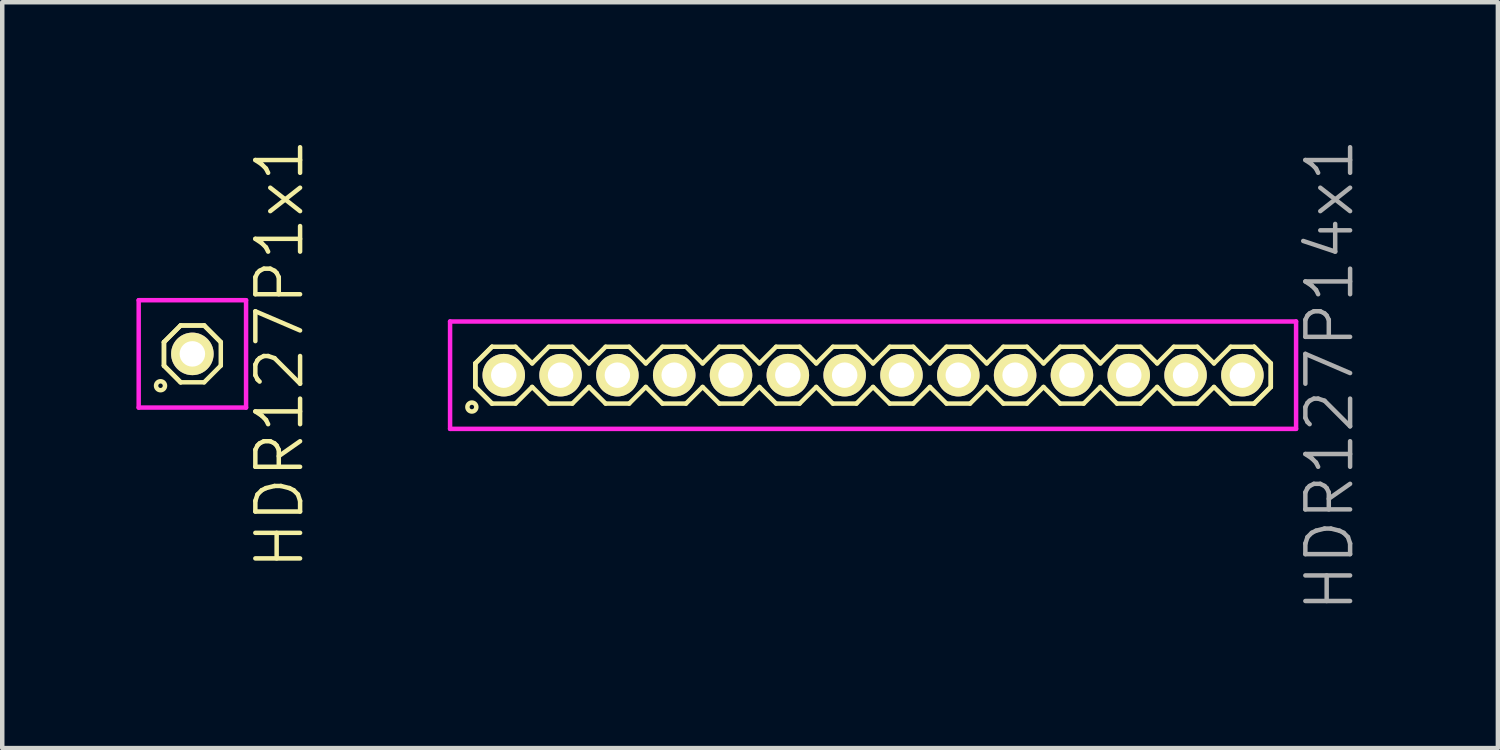
<source format=kicad_pcb>
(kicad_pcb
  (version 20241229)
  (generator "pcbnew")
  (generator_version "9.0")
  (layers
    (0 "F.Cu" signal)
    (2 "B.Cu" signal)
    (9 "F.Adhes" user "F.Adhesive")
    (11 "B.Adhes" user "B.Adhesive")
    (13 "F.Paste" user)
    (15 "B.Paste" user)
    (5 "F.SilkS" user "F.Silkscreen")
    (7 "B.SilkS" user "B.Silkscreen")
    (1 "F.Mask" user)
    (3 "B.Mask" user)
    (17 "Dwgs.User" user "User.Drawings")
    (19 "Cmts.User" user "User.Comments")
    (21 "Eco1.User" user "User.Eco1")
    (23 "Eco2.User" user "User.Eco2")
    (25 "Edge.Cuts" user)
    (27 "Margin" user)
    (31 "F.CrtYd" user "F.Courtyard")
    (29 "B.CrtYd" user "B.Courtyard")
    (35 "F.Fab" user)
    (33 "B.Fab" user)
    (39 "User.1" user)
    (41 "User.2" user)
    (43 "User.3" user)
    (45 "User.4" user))
  (footprint "HDR127P1x1"
    (layer "F.Cu")
    (at 1.25 4.86)
    (property "Reference" "HDR127P1x1" (at 1.95 0 90) (layer "F.SilkS") (effects (font (size 1 1) (thickness 0.1))))
    (attr through_hole)
    (fp_line (start -0.635 -0.263) (end -0.263 -0.635) (stroke (width 0.1) (type solid)) (layer "F.SilkS"))
    (fp_line (start -0.635 -0.263) (end -0.263 -0.635) (stroke (width 0.1) (type solid)) (layer "F.SilkS"))
    (fp_line (start -0.635 0.263) (end -0.635 -0.263) (stroke (width 0.1) (type solid)) (layer "F.SilkS"))
    (fp_line (start -0.635 0.263) (end -0.635 -0.263) (stroke (width 0.1) (type solid)) (layer "F.SilkS"))
    (fp_line (start -0.263 -0.635) (end 0.263 -0.635) (stroke (width 0.1) (type solid)) (layer "F.SilkS"))
    (fp_line (start -0.263 -0.635) (end 0.263 -0.635) (stroke (width 0.1) (type solid)) (layer "F.SilkS"))
    (fp_line (start -0.263 0.635) (end -0.635 0.263) (stroke (width 0.1) (type solid)) (layer "F.SilkS"))
    (fp_line (start -0.263 0.635) (end -0.635 0.263) (stroke (width 0.1) (type solid)) (layer "F.SilkS"))
    (fp_line (start 0.263 -0.635) (end 0.635 -0.263) (stroke (width 0.1) (type solid)) (layer "F.SilkS"))
    (fp_line (start 0.263 -0.635) (end 0.635 -0.263) (stroke (width 0.1) (type solid)) (layer "F.SilkS"))
    (fp_line (start 0.263 0.635) (end -0.263 0.635) (stroke (width 0.1) (type solid)) (layer "F.SilkS"))
    (fp_line (start 0.635 -0.263) (end 0.635 0.263) (stroke (width 0.1) (type solid)) (layer "F.SilkS"))
    (fp_line (start 0.635 0.263) (end 0.263 0.635) (stroke (width 0.1) (type solid)) (layer "F.SilkS"))
    (fp_circle (center -0.712 0.712) (end -0.612 0.712) (stroke (width 0.1) (type solid)) (fill no) (layer "F.SilkS"))
    (fp_line (start -1.2 -1.2) (end -1.2 1.2) (stroke (width 0.1) (type solid)) (layer "F.CrtYd"))
    (fp_line (start -1.2 1.2) (end 1.2 1.2) (stroke (width 0.1) (type solid)) (layer "F.CrtYd"))
    (fp_line (start 1.2 -1.2) (end -1.2 -1.2) (stroke (width 0.1) (type solid)) (layer "F.CrtYd"))
    (fp_line (start 1.2 1.2) (end 1.2 -1.2) (stroke (width 0.1) (type solid)) (layer "F.CrtYd"))
    (pad "1" thru_hole oval (at 0 0) (size 0.95 0.95) (drill 0.57) (layers "*.Cu" "*.Mask" "F.SilkS")))
  (footprint "HDR127P14x1"
    (layer "F.Cu")
    (at 16.465 5.336)
    (property "Reference" "HDR127P14x1" (at 10.205 0 90) (layer "F.Fab") (effects (font (size 1 1) (thickness 0.1))))
    (attr through_hole)
    (fp_line (start -8.89 -0.263) (end -8.518 -0.635) (stroke (width 0.1) (type solid)) (layer "F.SilkS"))
    (fp_line (start -8.89 -0.263) (end -8.518 -0.635) (stroke (width 0.1) (type solid)) (layer "F.SilkS"))
    (fp_line (start -8.89 0.263) (end -8.89 -0.263) (stroke (width 0.1) (type solid)) (layer "F.SilkS"))
    (fp_line (start -8.89 0.263) (end -8.89 -0.263) (stroke (width 0.1) (type solid)) (layer "F.SilkS"))
    (fp_line (start -8.518 -0.635) (end -7.992 -0.635) (stroke (width 0.1) (type solid)) (layer "F.SilkS"))
    (fp_line (start -8.518 0.635) (end -8.89 0.263) (stroke (width 0.1) (type solid)) (layer "F.SilkS"))
    (fp_line (start -8.518 0.635) (end -8.89 0.263) (stroke (width 0.1) (type solid)) (layer "F.SilkS"))
    (fp_line (start -7.992 -0.635) (end -7.62 -0.263) (stroke (width 0.1) (type solid)) (layer "F.SilkS"))
    (fp_line (start -7.992 0.635) (end -8.518 0.635) (stroke (width 0.1) (type solid)) (layer "F.SilkS"))
    (fp_line (start -7.62 -0.263) (end -7.248 -0.635) (stroke (width 0.1) (type solid)) (layer "F.SilkS"))
    (fp_line (start -7.62 0.263) (end -7.992 0.635) (stroke (width 0.1) (type solid)) (layer "F.SilkS"))
    (fp_line (start -7.248 -0.635) (end -6.722 -0.635) (stroke (width 0.1) (type solid)) (layer "F.SilkS"))
    (fp_line (start -7.248 0.635) (end -7.62 0.263) (stroke (width 0.1) (type solid)) (layer "F.SilkS"))
    (fp_line (start -6.722 -0.635) (end -6.35 -0.263) (stroke (width 0.1) (type solid)) (layer "F.SilkS"))
    (fp_line (start -6.722 0.635) (end -7.248 0.635) (stroke (width 0.1) (type solid)) (layer "F.SilkS"))
    (fp_line (start -6.35 -0.263) (end -5.978 -0.635) (stroke (width 0.1) (type solid)) (layer "F.SilkS"))
    (fp_line (start -6.35 0.263) (end -6.722 0.635) (stroke (width 0.1) (type solid)) (layer "F.SilkS"))
    (fp_line (start -5.978 -0.635) (end -5.452 -0.635) (stroke (width 0.1) (type solid)) (layer "F.SilkS"))
    (fp_line (start -5.978 0.635) (end -6.35 0.263) (stroke (width 0.1) (type solid)) (layer "F.SilkS"))
    (fp_line (start -5.452 -0.635) (end -5.08 -0.263) (stroke (width 0.1) (type solid)) (layer "F.SilkS"))
    (fp_line (start -5.452 0.635) (end -5.978 0.635) (stroke (width 0.1) (type solid)) (layer "F.SilkS"))
    (fp_line (start -5.08 -0.263) (end -4.708 -0.635) (stroke (width 0.1) (type solid)) (layer "F.SilkS"))
    (fp_line (start -5.08 0.263) (end -5.452 0.635) (stroke (width 0.1) (type solid)) (layer "F.SilkS"))
    (fp_line (start -4.708 -0.635) (end -4.182 -0.635) (stroke (width 0.1) (type solid)) (layer "F.SilkS"))
    (fp_line (start -4.708 0.635) (end -5.08 0.263) (stroke (width 0.1) (type solid)) (layer "F.SilkS"))
    (fp_line (start -4.182 -0.635) (end -3.81 -0.263) (stroke (width 0.1) (type solid)) (layer "F.SilkS"))
    (fp_line (start -4.182 0.635) (end -4.708 0.635) (stroke (width 0.1) (type solid)) (layer "F.SilkS"))
    (fp_line (start -3.81 -0.263) (end -3.438 -0.635) (stroke (width 0.1) (type solid)) (layer "F.SilkS"))
    (fp_line (start -3.81 0.263) (end -4.182 0.635) (stroke (width 0.1) (type solid)) (layer "F.SilkS"))
    (fp_line (start -3.438 -0.635) (end -2.912 -0.635) (stroke (width 0.1) (type solid)) (layer "F.SilkS"))
    (fp_line (start -3.438 0.635) (end -3.81 0.263) (stroke (width 0.1) (type solid)) (layer "F.SilkS"))
    (fp_line (start -2.912 -0.635) (end -2.54 -0.263) (stroke (width 0.1) (type solid)) (layer "F.SilkS"))
    (fp_line (start -2.912 0.635) (end -3.438 0.635) (stroke (width 0.1) (type solid)) (layer "F.SilkS"))
    (fp_line (start -2.54 -0.263) (end -2.168 -0.635) (stroke (width 0.1) (type solid)) (layer "F.SilkS"))
    (fp_line (start -2.54 0.263) (end -2.912 0.635) (stroke (width 0.1) (type solid)) (layer "F.SilkS"))
    (fp_line (start -2.168 -0.635) (end -1.642 -0.635) (stroke (width 0.1) (type solid)) (layer "F.SilkS"))
    (fp_line (start -2.168 0.635) (end -2.54 0.263) (stroke (width 0.1) (type solid)) (layer "F.SilkS"))
    (fp_line (start -1.642 -0.635) (end -1.27 -0.263) (stroke (width 0.1) (type solid)) (layer "F.SilkS"))
    (fp_line (start -1.642 0.635) (end -2.168 0.635) (stroke (width 0.1) (type solid)) (layer "F.SilkS"))
    (fp_line (start -1.27 -0.263) (end -0.898 -0.635) (stroke (width 0.1) (type solid)) (layer "F.SilkS"))
    (fp_line (start -1.27 0.263) (end -1.642 0.635) (stroke (width 0.1) (type solid)) (layer "F.SilkS"))
    (fp_line (start -0.898 -0.635) (end -0.372 -0.635) (stroke (width 0.1) (type solid)) (layer "F.SilkS"))
    (fp_line (start -0.898 0.635) (end -1.27 0.263) (stroke (width 0.1) (type solid)) (layer "F.SilkS"))
    (fp_line (start -0.372 -0.635) (end 0 -0.263) (stroke (width 0.1) (type solid)) (layer "F.SilkS"))
    (fp_line (start -0.372 0.635) (end -0.898 0.635) (stroke (width 0.1) (type solid)) (layer "F.SilkS"))
    (fp_line (start 0 -0.263) (end 0.372 -0.635) (stroke (width 0.1) (type solid)) (layer "F.SilkS"))
    (fp_line (start 0 0.263) (end -0.372 0.635) (stroke (width 0.1) (type solid)) (layer "F.SilkS"))
    (fp_line (start 0.372 -0.635) (end 0.898 -0.635) (stroke (width 0.1) (type solid)) (layer "F.SilkS"))
    (fp_line (start 0.372 0.635) (end 0 0.263) (stroke (width 0.1) (type solid)) (layer "F.SilkS"))
    (fp_line (start 0.898 -0.635) (end 1.27 -0.263) (stroke (width 0.1) (type solid)) (layer "F.SilkS"))
    (fp_line (start 0.898 0.635) (end 0.372 0.635) (stroke (width 0.1) (type solid)) (layer "F.SilkS"))
    (fp_line (start 1.27 -0.263) (end 1.642 -0.635) (stroke (width 0.1) (type solid)) (layer "F.SilkS"))
    (fp_line (start 1.27 0.263) (end 0.898 0.635) (stroke (width 0.1) (type solid)) (layer "F.SilkS"))
    (fp_line (start 1.642 -0.635) (end 2.168 -0.635) (stroke (width 0.1) (type solid)) (layer "F.SilkS"))
    (fp_line (start 1.642 0.635) (end 1.27 0.263) (stroke (width 0.1) (type solid)) (layer "F.SilkS"))
    (fp_line (start 2.168 -0.635) (end 2.54 -0.263) (stroke (width 0.1) (type solid)) (layer "F.SilkS"))
    (fp_line (start 2.168 0.635) (end 1.642 0.635) (stroke (width 0.1) (type solid)) (layer "F.SilkS"))
    (fp_line (start 2.54 -0.263) (end 2.912 -0.635) (stroke (width 0.1) (type solid)) (layer "F.SilkS"))
    (fp_line (start 2.54 0.263) (end 2.168 0.635) (stroke (width 0.1) (type solid)) (layer "F.SilkS"))
    (fp_line (start 2.912 -0.635) (end 3.438 -0.635) (stroke (width 0.1) (type solid)) (layer "F.SilkS"))
    (fp_line (start 2.912 0.635) (end 2.54 0.263) (stroke (width 0.1) (type solid)) (layer "F.SilkS"))
    (fp_line (start 3.438 -0.635) (end 3.81 -0.263) (stroke (width 0.1) (type solid)) (layer "F.SilkS"))
    (fp_line (start 3.438 0.635) (end 2.912 0.635) (stroke (width 0.1) (type solid)) (layer "F.SilkS"))
    (fp_line (start 3.81 -0.263) (end 4.182 -0.635) (stroke (width 0.1) (type solid)) (layer "F.SilkS"))
    (fp_line (start 3.81 0.263) (end 3.438 0.635) (stroke (width 0.1) (type solid)) (layer "F.SilkS"))
    (fp_line (start 4.182 -0.635) (end 4.708 -0.635) (stroke (width 0.1) (type solid)) (layer "F.SilkS"))
    (fp_line (start 4.182 0.635) (end 3.81 0.263) (stroke (width 0.1) (type solid)) (layer "F.SilkS"))
    (fp_line (start 4.708 -0.635) (end 5.08 -0.263) (stroke (width 0.1) (type solid)) (layer "F.SilkS"))
    (fp_line (start 4.708 0.635) (end 4.182 0.635) (stroke (width 0.1) (type solid)) (layer "F.SilkS"))
    (fp_line (start 5.08 -0.263) (end 5.452 -0.635) (stroke (width 0.1) (type solid)) (layer "F.SilkS"))
    (fp_line (start 5.08 0.263) (end 4.708 0.635) (stroke (width 0.1) (type solid)) (layer "F.SilkS"))
    (fp_line (start 5.452 -0.635) (end 5.978 -0.635) (stroke (width 0.1) (type solid)) (layer "F.SilkS"))
    (fp_line (start 5.452 0.635) (end 5.08 0.263) (stroke (width 0.1) (type solid)) (layer "F.SilkS"))
    (fp_line (start 5.978 -0.635) (end 6.35 -0.263) (stroke (width 0.1) (type solid)) (layer "F.SilkS"))
    (fp_line (start 5.978 0.635) (end 5.452 0.635) (stroke (width 0.1) (type solid)) (layer "F.SilkS"))
    (fp_line (start 6.35 -0.263) (end 6.722 -0.635) (stroke (width 0.1) (type solid)) (layer "F.SilkS"))
    (fp_line (start 6.35 0.263) (end 5.978 0.635) (stroke (width 0.1) (type solid)) (layer "F.SilkS"))
    (fp_line (start 6.722 -0.635) (end 7.248 -0.635) (stroke (width 0.1) (type solid)) (layer "F.SilkS"))
    (fp_line (start 6.722 0.635) (end 6.35 0.263) (stroke (width 0.1) (type solid)) (layer "F.SilkS"))
    (fp_line (start 7.248 -0.635) (end 7.62 -0.263) (stroke (width 0.1) (type solid)) (layer "F.SilkS"))
    (fp_line (start 7.248 0.635) (end 6.722 0.635) (stroke (width 0.1) (type solid)) (layer "F.SilkS"))
    (fp_line (start 7.62 -0.263) (end 7.992 -0.635) (stroke (width 0.1) (type solid)) (layer "F.SilkS"))
    (fp_line (start 7.62 0.263) (end 7.248 0.635) (stroke (width 0.1) (type solid)) (layer "F.SilkS"))
    (fp_line (start 7.992 -0.635) (end 8.518 -0.635) (stroke (width 0.1) (type solid)) (layer "F.SilkS"))
    (fp_line (start 7.992 0.635) (end 7.62 0.263) (stroke (width 0.1) (type solid)) (layer "F.SilkS"))
    (fp_line (start 8.518 -0.635) (end 8.89 -0.263) (stroke (width 0.1) (type solid)) (layer "F.SilkS"))
    (fp_line (start 8.518 -0.635) (end 8.89 -0.263) (stroke (width 0.1) (type solid)) (layer "F.SilkS"))
    (fp_line (start 8.518 0.635) (end 7.992 0.635) (stroke (width 0.1) (type solid)) (layer "F.SilkS"))
    (fp_line (start 8.89 -0.263) (end 8.89 0.263) (stroke (width 0.1) (type solid)) (layer "F.SilkS"))
    (fp_line (start 8.89 -0.263) (end 8.89 0.263) (stroke (width 0.1) (type solid)) (layer "F.SilkS"))
    (fp_line (start 8.89 0.263) (end 8.518 0.635) (stroke (width 0.1) (type solid)) (layer "F.SilkS"))
    (fp_line (start 8.89 0.263) (end 8.518 0.635) (stroke (width 0.1) (type solid)) (layer "F.SilkS"))
    (fp_circle (center -8.968 0.712) (end -8.868 0.712) (stroke (width 0.1) (type solid)) (fill no) (layer "F.SilkS"))
    (fp_line (start -9.455 -1.2) (end -9.455 1.2) (stroke (width 0.1) (type solid)) (layer "F.CrtYd"))
    (fp_line (start -9.455 1.2) (end 9.455 1.2) (stroke (width 0.1) (type solid)) (layer "F.CrtYd"))
    (fp_line (start 9.455 -1.2) (end -9.455 -1.2) (stroke (width 0.1) (type solid)) (layer "F.CrtYd"))
    (fp_line (start 9.455 1.2) (end 9.455 -1.2) (stroke (width 0.1) (type solid)) (layer "F.CrtYd"))
    (pad "1" thru_hole oval (at -8.255 0) (size 0.95 0.95) (drill 0.57) (layers "*.Cu" "*.Mask" "F.SilkS"))
    (pad "2" thru_hole oval (at -6.985 0) (size 0.95 0.95) (drill 0.57) (layers "*.Cu" "*.Mask" "F.SilkS"))
    (pad "3" thru_hole oval (at -5.715 0) (size 0.95 0.95) (drill 0.57) (layers "*.Cu" "*.Mask" "F.SilkS"))
    (pad "4" thru_hole oval (at -4.445 0) (size 0.95 0.95) (drill 0.57) (layers "*.Cu" "*.Mask" "F.SilkS"))
    (pad "5" thru_hole oval (at -3.175 0) (size 0.95 0.95) (drill 0.57) (layers "*.Cu" "*.Mask" "F.SilkS"))
    (pad "6" thru_hole oval (at -1.905 0) (size 0.95 0.95) (drill 0.57) (layers "*.Cu" "*.Mask" "F.SilkS"))
    (pad "7" thru_hole oval (at -0.635 0) (size 0.95 0.95) (drill 0.57) (layers "*.Cu" "*.Mask" "F.SilkS"))
    (pad "8" thru_hole oval (at 0.635 0) (size 0.95 0.95) (drill 0.57) (layers "*.Cu" "*.Mask" "F.SilkS"))
    (pad "9" thru_hole oval (at 1.905 0) (size 0.95 0.95) (drill 0.57) (layers "*.Cu" "*.Mask" "F.SilkS"))
    (pad "10" thru_hole oval (at 3.175 0) (size 0.95 0.95) (drill 0.57) (layers "*.Cu" "*.Mask" "F.SilkS"))
    (pad "11" thru_hole oval (at 4.445 0) (size 0.95 0.95) (drill 0.57) (layers "*.Cu" "*.Mask" "F.SilkS"))
    (pad "12" thru_hole oval (at 5.715 0) (size 0.95 0.95) (drill 0.57) (layers "*.Cu" "*.Mask" "F.SilkS"))
    (pad "13" thru_hole oval (at 6.985 0) (size 0.95 0.95) (drill 0.57) (layers "*.Cu" "*.Mask" "F.SilkS"))
    (pad "14" thru_hole oval (at 8.255 0) (size 0.95 0.95) (drill 0.57) (layers "*.Cu" "*.Mask" "F.SilkS")))
  (gr_rect
    (start -3 -3)
    (end 30.431 13.671)
    (stroke (width 0.1) (type default))
    (fill no)
    (layer "Edge.Cuts")))
</source>
